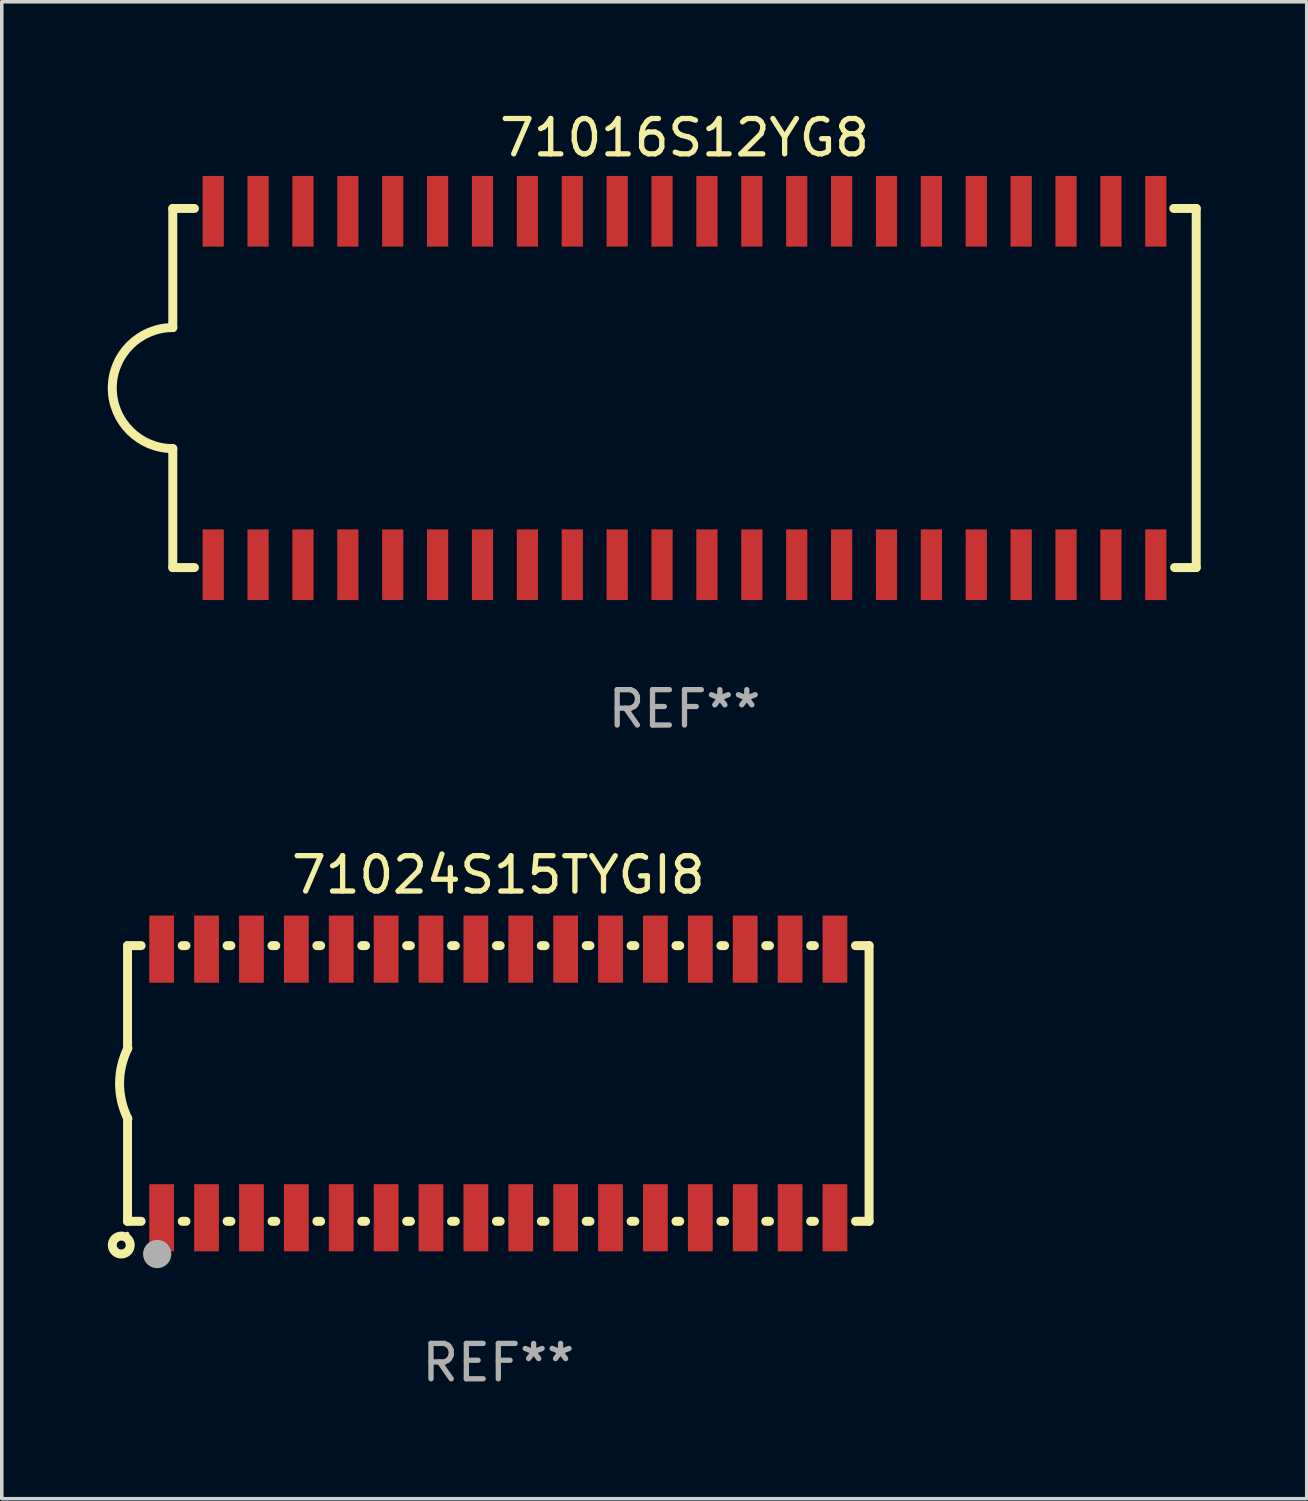
<source format=kicad_pcb>
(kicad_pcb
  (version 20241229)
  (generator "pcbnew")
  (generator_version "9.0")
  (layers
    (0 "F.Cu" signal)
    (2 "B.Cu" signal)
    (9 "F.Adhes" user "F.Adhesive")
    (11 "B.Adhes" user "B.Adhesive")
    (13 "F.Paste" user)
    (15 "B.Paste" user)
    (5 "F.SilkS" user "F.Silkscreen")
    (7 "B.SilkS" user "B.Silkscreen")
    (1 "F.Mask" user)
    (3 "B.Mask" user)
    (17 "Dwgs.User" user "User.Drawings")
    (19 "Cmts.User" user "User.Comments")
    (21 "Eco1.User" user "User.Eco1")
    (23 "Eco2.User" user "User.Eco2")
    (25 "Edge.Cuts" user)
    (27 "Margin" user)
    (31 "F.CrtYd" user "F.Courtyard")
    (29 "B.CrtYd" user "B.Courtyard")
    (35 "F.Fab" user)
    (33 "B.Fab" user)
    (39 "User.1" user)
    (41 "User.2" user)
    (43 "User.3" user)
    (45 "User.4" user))
  (footprint "71024S15TYGI8"
    (layer "F.Cu")
    (at 11.049 27.605)
    (property "Reference" "71024S15TYGI8" (at 0 -5.9 0) (layer "F.SilkS") (effects (font (size 1 1) (thickness 0.15))))
    (attr through_hole)
    (fp_line (start -10.49 -3.9) (end -10.107 -3.9) (stroke (width 0.254) (type solid)) (layer "F.SilkS"))
    (fp_line (start -10.49 -0.991) (end -10.49 -3.9) (stroke (width 0.254) (type solid)) (layer "F.SilkS"))
    (fp_line (start -10.49 3.9) (end -10.49 0.991) (stroke (width 0.254) (type solid)) (layer "F.SilkS"))
    (fp_line (start -10.49 3.9) (end -10.107 3.9) (stroke (width 0.254) (type solid)) (layer "F.SilkS"))
    (fp_line (start -8.943 -3.9) (end -8.837 -3.9) (stroke (width 0.254) (type solid)) (layer "F.SilkS"))
    (fp_line (start -8.943 3.9) (end -8.837 3.9) (stroke (width 0.254) (type solid)) (layer "F.SilkS"))
    (fp_line (start -7.673 -3.9) (end -7.567 -3.9) (stroke (width 0.254) (type solid)) (layer "F.SilkS"))
    (fp_line (start -7.673 3.9) (end -7.567 3.9) (stroke (width 0.254) (type solid)) (layer "F.SilkS"))
    (fp_line (start -6.403 -3.9) (end -6.297 -3.9) (stroke (width 0.254) (type solid)) (layer "F.SilkS"))
    (fp_line (start -6.403 3.9) (end -6.297 3.9) (stroke (width 0.254) (type solid)) (layer "F.SilkS"))
    (fp_line (start -5.133 -3.9) (end -5.027 -3.9) (stroke (width 0.254) (type solid)) (layer "F.SilkS"))
    (fp_line (start -5.133 3.9) (end -5.027 3.9) (stroke (width 0.254) (type solid)) (layer "F.SilkS"))
    (fp_line (start -3.863 -3.9) (end -3.757 -3.9) (stroke (width 0.254) (type solid)) (layer "F.SilkS"))
    (fp_line (start -3.863 3.9) (end -3.757 3.9) (stroke (width 0.254) (type solid)) (layer "F.SilkS"))
    (fp_line (start -2.593 -3.9) (end -2.487 -3.9) (stroke (width 0.254) (type solid)) (layer "F.SilkS"))
    (fp_line (start -2.593 3.9) (end -2.487 3.9) (stroke (width 0.254) (type solid)) (layer "F.SilkS"))
    (fp_line (start -1.323 -3.9) (end -1.217 -3.9) (stroke (width 0.254) (type solid)) (layer "F.SilkS"))
    (fp_line (start -1.323 3.9) (end -1.217 3.9) (stroke (width 0.254) (type solid)) (layer "F.SilkS"))
    (fp_line (start -0.053 -3.9) (end 0.053 -3.9) (stroke (width 0.254) (type solid)) (layer "F.SilkS"))
    (fp_line (start -0.053 3.9) (end 0.053 3.9) (stroke (width 0.254) (type solid)) (layer "F.SilkS"))
    (fp_line (start 1.217 -3.9) (end 1.323 -3.9) (stroke (width 0.254) (type solid)) (layer "F.SilkS"))
    (fp_line (start 1.217 3.9) (end 1.323 3.9) (stroke (width 0.254) (type solid)) (layer "F.SilkS"))
    (fp_line (start 2.487 -3.9) (end 2.593 -3.9) (stroke (width 0.254) (type solid)) (layer "F.SilkS"))
    (fp_line (start 2.487 3.9) (end 2.593 3.9) (stroke (width 0.254) (type solid)) (layer "F.SilkS"))
    (fp_line (start 3.757 -3.9) (end 3.863 -3.9) (stroke (width 0.254) (type solid)) (layer "F.SilkS"))
    (fp_line (start 3.757 3.9) (end 3.863 3.9) (stroke (width 0.254) (type solid)) (layer "F.SilkS"))
    (fp_line (start 5.027 -3.9) (end 5.133 -3.9) (stroke (width 0.254) (type solid)) (layer "F.SilkS"))
    (fp_line (start 5.027 3.9) (end 5.133 3.9) (stroke (width 0.254) (type solid)) (layer "F.SilkS"))
    (fp_line (start 6.297 -3.9) (end 6.403 -3.9) (stroke (width 0.254) (type solid)) (layer "F.SilkS"))
    (fp_line (start 6.297 3.9) (end 6.403 3.9) (stroke (width 0.254) (type solid)) (layer "F.SilkS"))
    (fp_line (start 7.567 -3.9) (end 7.673 -3.9) (stroke (width 0.254) (type solid)) (layer "F.SilkS"))
    (fp_line (start 7.567 3.9) (end 7.673 3.9) (stroke (width 0.254) (type solid)) (layer "F.SilkS"))
    (fp_line (start 8.837 -3.9) (end 8.943 -3.9) (stroke (width 0.254) (type solid)) (layer "F.SilkS"))
    (fp_line (start 8.837 3.9) (end 8.943 3.9) (stroke (width 0.254) (type solid)) (layer "F.SilkS"))
    (fp_line (start 10.107 -3.9) (end 10.49 -3.9) (stroke (width 0.254) (type solid)) (layer "F.SilkS"))
    (fp_line (start 10.107 3.9) (end 10.49 3.9) (stroke (width 0.254) (type solid)) (layer "F.SilkS"))
    (fp_line (start 10.49 -3.9) (end 10.49 3.9) (stroke (width 0.254) (type solid)) (layer "F.SilkS"))
    (fp_arc (start -10.48 1) (mid -10.716068 0) (end -10.48 -1) (stroke (width 0.254001) (type solid)) (layer "F.SilkS"))
    (fp_circle (center -10.668 4.572) (end -10.414 4.572) (stroke (width 0.254) (type solid)) (fill no) (layer "F.SilkS"))
    (fp_circle (center -10.5 4.255) (end -10.47 4.255) (stroke (width 0.06) (type solid)) (fill no) (layer "F.SilkS"))
    (fp_circle (center -9.652 4.826) (end -9.452 4.826) (stroke (width 0.4) (type solid)) (fill no) (layer "F.Fab"))
    (fp_text user "REF**" (at 0 7.9 0) (layer "F.Fab") (effects (font (size 1 1) (thickness 0.15))))
    (pad "1" smd rect (at -9.525 3.8) (size 0.701 1.9) (layers "F.Cu" "F.Mask" "F.Paste"))
    (pad "2" smd rect (at -8.255 3.8) (size 0.701 1.9) (layers "F.Cu" "F.Mask" "F.Paste"))
    (pad "3" smd rect (at -6.985 3.8) (size 0.701 1.9) (layers "F.Cu" "F.Mask" "F.Paste"))
    (pad "4" smd rect (at -5.715 3.8) (size 0.701 1.9) (layers "F.Cu" "F.Mask" "F.Paste"))
    (pad "5" smd rect (at -4.445 3.8) (size 0.701 1.9) (layers "F.Cu" "F.Mask" "F.Paste"))
    (pad "6" smd rect (at -3.175 3.8) (size 0.701 1.9) (layers "F.Cu" "F.Mask" "F.Paste"))
    (pad "7" smd rect (at -1.905 3.8) (size 0.701 1.9) (layers "F.Cu" "F.Mask" "F.Paste"))
    (pad "8" smd rect (at -0.635 3.8) (size 0.701 1.9) (layers "F.Cu" "F.Mask" "F.Paste"))
    (pad "9" smd rect (at 0.635 3.8) (size 0.701 1.9) (layers "F.Cu" "F.Mask" "F.Paste"))
    (pad "10" smd rect (at 1.905 3.8) (size 0.701 1.9) (layers "F.Cu" "F.Mask" "F.Paste"))
    (pad "11" smd rect (at 3.175 3.8) (size 0.701 1.9) (layers "F.Cu" "F.Mask" "F.Paste"))
    (pad "12" smd rect (at 4.445 3.8) (size 0.701 1.9) (layers "F.Cu" "F.Mask" "F.Paste"))
    (pad "13" smd rect (at 5.715 3.8) (size 0.701 1.9) (layers "F.Cu" "F.Mask" "F.Paste"))
    (pad "14" smd rect (at 6.985 3.8) (size 0.701 1.9) (layers "F.Cu" "F.Mask" "F.Paste"))
    (pad "15" smd rect (at 8.255 3.8) (size 0.701 1.9) (layers "F.Cu" "F.Mask" "F.Paste"))
    (pad "16" smd rect (at 9.525 3.8) (size 0.701 1.9) (layers "F.Cu" "F.Mask" "F.Paste"))
    (pad "17" smd rect (at 9.525 -3.8 180) (size 0.701 1.9) (layers "F.Cu" "F.Mask" "F.Paste"))
    (pad "18" smd rect (at 8.255 -3.8 180) (size 0.701 1.9) (layers "F.Cu" "F.Mask" "F.Paste"))
    (pad "19" smd rect (at 6.985 -3.8 180) (size 0.701 1.9) (layers "F.Cu" "F.Mask" "F.Paste"))
    (pad "20" smd rect (at 5.715 -3.8 180) (size 0.701 1.9) (layers "F.Cu" "F.Mask" "F.Paste"))
    (pad "21" smd rect (at 4.445 -3.8 180) (size 0.701 1.9) (layers "F.Cu" "F.Mask" "F.Paste"))
    (pad "22" smd rect (at 3.175 -3.8 180) (size 0.701 1.9) (layers "F.Cu" "F.Mask" "F.Paste"))
    (pad "23" smd rect (at 1.905 -3.8 180) (size 0.701 1.9) (layers "F.Cu" "F.Mask" "F.Paste"))
    (pad "24" smd rect (at 0.635 -3.8 180) (size 0.701 1.9) (layers "F.Cu" "F.Mask" "F.Paste"))
    (pad "25" smd rect (at -0.635 -3.8 180) (size 0.701 1.9) (layers "F.Cu" "F.Mask" "F.Paste"))
    (pad "26" smd rect (at -1.905 -3.8 180) (size 0.701 1.9) (layers "F.Cu" "F.Mask" "F.Paste"))
    (pad "27" smd rect (at -3.175 -3.8 180) (size 0.701 1.9) (layers "F.Cu" "F.Mask" "F.Paste"))
    (pad "28" smd rect (at -4.445 -3.8 180) (size 0.701 1.9) (layers "F.Cu" "F.Mask" "F.Paste"))
    (pad "29" smd rect (at -5.715 -3.8 180) (size 0.701 1.9) (layers "F.Cu" "F.Mask" "F.Paste"))
    (pad "30" smd rect (at -6.985 -3.8 180) (size 0.701 1.9) (layers "F.Cu" "F.Mask" "F.Paste"))
    (pad "31" smd rect (at -8.255 -3.8 180) (size 0.701 1.9) (layers "F.Cu" "F.Mask" "F.Paste"))
    (pad "32" smd rect (at -9.525 -3.8 180) (size 0.701 1.9) (layers "F.Cu" "F.Mask" "F.Paste")))
  (footprint "71016S12YG8"
    (layer "F.Cu")
    (at 16.317 7.928)
    (property "Reference" "71016S12YG8" (at 0 -7.08 0) (layer "F.SilkS") (effects (font (size 1 1) (thickness 0.15))))
    (attr through_hole)
    (fp_line (start -14.478 -5.08) (end -14.478 -1.71) (stroke (width 0.254) (type solid)) (layer "F.SilkS"))
    (fp_line (start -14.478 -5.08) (end -13.866 -5.08) (stroke (width 0.254) (type solid)) (layer "F.SilkS"))
    (fp_line (start -14.478 1.714) (end -14.478 5.08) (stroke (width 0.254) (type solid)) (layer "F.SilkS"))
    (fp_line (start -14.478 5.08) (end -13.866 5.08) (stroke (width 0.254) (type solid)) (layer "F.SilkS"))
    (fp_line (start 13.843 -5.08) (end 14.478 -5.08) (stroke (width 0.254) (type solid)) (layer "F.SilkS"))
    (fp_line (start 14.478 -5.08) (end 14.478 5.08) (stroke (width 0.254) (type solid)) (layer "F.SilkS"))
    (fp_line (start 14.478 5.08) (end 13.866 5.08) (stroke (width 0.254) (type solid)) (layer "F.SilkS"))
    (fp_arc (start -14.478029 1.714351) (mid -16.19017 0.00221) (end -14.478029 -1.709931) (stroke (width 0.254001) (type solid)) (layer "F.SilkS"))
    (fp_text user "REF**" (at 0 9.08 0) (layer "F.Fab") (effects (font (size 1 1) (thickness 0.15))))
    (pad "1" smd rect (at -13.335 5) (size 0.6 2) (layers "F.Cu" "F.Mask" "F.Paste"))
    (pad "2" smd rect (at -12.065 5) (size 0.6 2) (layers "F.Cu" "F.Mask" "F.Paste"))
    (pad "3" smd rect (at -10.795 5) (size 0.6 2) (layers "F.Cu" "F.Mask" "F.Paste"))
    (pad "4" smd rect (at -9.525 5) (size 0.6 2) (layers "F.Cu" "F.Mask" "F.Paste"))
    (pad "5" smd rect (at -8.255 5) (size 0.6 2) (layers "F.Cu" "F.Mask" "F.Paste"))
    (pad "6" smd rect (at -6.985 5) (size 0.6 2) (layers "F.Cu" "F.Mask" "F.Paste"))
    (pad "7" smd rect (at -5.715 5) (size 0.6 2) (layers "F.Cu" "F.Mask" "F.Paste"))
    (pad "8" smd rect (at -4.445 5) (size 0.6 2) (layers "F.Cu" "F.Mask" "F.Paste"))
    (pad "9" smd rect (at -3.175 5) (size 0.6 2) (layers "F.Cu" "F.Mask" "F.Paste"))
    (pad "10" smd rect (at -1.905 5) (size 0.6 2) (layers "F.Cu" "F.Mask" "F.Paste"))
    (pad "11" smd rect (at -0.635 5) (size 0.6 2) (layers "F.Cu" "F.Mask" "F.Paste"))
    (pad "12" smd rect (at 0.635 5) (size 0.6 2) (layers "F.Cu" "F.Mask" "F.Paste"))
    (pad "13" smd rect (at 1.905 5) (size 0.6 2) (layers "F.Cu" "F.Mask" "F.Paste"))
    (pad "14" smd rect (at 3.175 5) (size 0.6 2) (layers "F.Cu" "F.Mask" "F.Paste"))
    (pad "15" smd rect (at 4.445 5) (size 0.6 2) (layers "F.Cu" "F.Mask" "F.Paste"))
    (pad "16" smd rect (at 5.715 5) (size 0.6 2) (layers "F.Cu" "F.Mask" "F.Paste"))
    (pad "17" smd rect (at 6.985 5) (size 0.6 2) (layers "F.Cu" "F.Mask" "F.Paste"))
    (pad "18" smd rect (at 8.255 5) (size 0.6 2) (layers "F.Cu" "F.Mask" "F.Paste"))
    (pad "19" smd rect (at 9.525 5) (size 0.6 2) (layers "F.Cu" "F.Mask" "F.Paste"))
    (pad "20" smd rect (at 10.795 5) (size 0.6 2) (layers "F.Cu" "F.Mask" "F.Paste"))
    (pad "21" smd rect (at 12.065 5) (size 0.6 2) (layers "F.Cu" "F.Mask" "F.Paste"))
    (pad "22" smd rect (at 13.335 5) (size 0.6 2) (layers "F.Cu" "F.Mask" "F.Paste"))
    (pad "23" smd rect (at 13.335 -5) (size 0.6 2) (layers "F.Cu" "F.Mask" "F.Paste"))
    (pad "24" smd rect (at 12.065 -5) (size 0.6 2) (layers "F.Cu" "F.Mask" "F.Paste"))
    (pad "25" smd rect (at 10.795 -5) (size 0.6 2) (layers "F.Cu" "F.Mask" "F.Paste"))
    (pad "26" smd rect (at 9.525 -5) (size 0.6 2) (layers "F.Cu" "F.Mask" "F.Paste"))
    (pad "27" smd rect (at 8.255 -5) (size 0.6 2) (layers "F.Cu" "F.Mask" "F.Paste"))
    (pad "28" smd rect (at 6.985 -5) (size 0.6 2) (layers "F.Cu" "F.Mask" "F.Paste"))
    (pad "29" smd rect (at 5.715 -5) (size 0.6 2) (layers "F.Cu" "F.Mask" "F.Paste"))
    (pad "30" smd rect (at 4.445 -5) (size 0.6 2) (layers "F.Cu" "F.Mask" "F.Paste"))
    (pad "31" smd rect (at 3.175 -5) (size 0.6 2) (layers "F.Cu" "F.Mask" "F.Paste"))
    (pad "32" smd rect (at 1.905 -5) (size 0.6 2) (layers "F.Cu" "F.Mask" "F.Paste"))
    (pad "33" smd rect (at 0.635 -5) (size 0.6 2) (layers "F.Cu" "F.Mask" "F.Paste"))
    (pad "34" smd rect (at -0.635 -5) (size 0.6 2) (layers "F.Cu" "F.Mask" "F.Paste"))
    (pad "35" smd rect (at -1.905 -5) (size 0.6 2) (layers "F.Cu" "F.Mask" "F.Paste"))
    (pad "36" smd rect (at -3.175 -5) (size 0.6 2) (layers "F.Cu" "F.Mask" "F.Paste"))
    (pad "37" smd rect (at -4.445 -5) (size 0.6 2) (layers "F.Cu" "F.Mask" "F.Paste"))
    (pad "38" smd rect (at -5.715 -5) (size 0.6 2) (layers "F.Cu" "F.Mask" "F.Paste"))
    (pad "39" smd rect (at -6.985 -5) (size 0.6 2) (layers "F.Cu" "F.Mask" "F.Paste"))
    (pad "40" smd rect (at -8.255 -5) (size 0.6 2) (layers "F.Cu" "F.Mask" "F.Paste"))
    (pad "41" smd rect (at -9.525 -5) (size 0.6 2) (layers "F.Cu" "F.Mask" "F.Paste"))
    (pad "42" smd rect (at -10.795 -5) (size 0.6 2) (layers "F.Cu" "F.Mask" "F.Paste"))
    (pad "43" smd rect (at -12.065 -5) (size 0.6 2) (layers "F.Cu" "F.Mask" "F.Paste"))
    (pad "44" smd rect (at -13.335 -5) (size 0.6 2) (layers "F.Cu" "F.Mask" "F.Paste")))
  (gr_rect
    (start -3 -3)
    (end 33.922 39.353)
    (stroke (width 0.1) (type default))
    (fill no)
    (layer "Edge.Cuts")))
</source>
